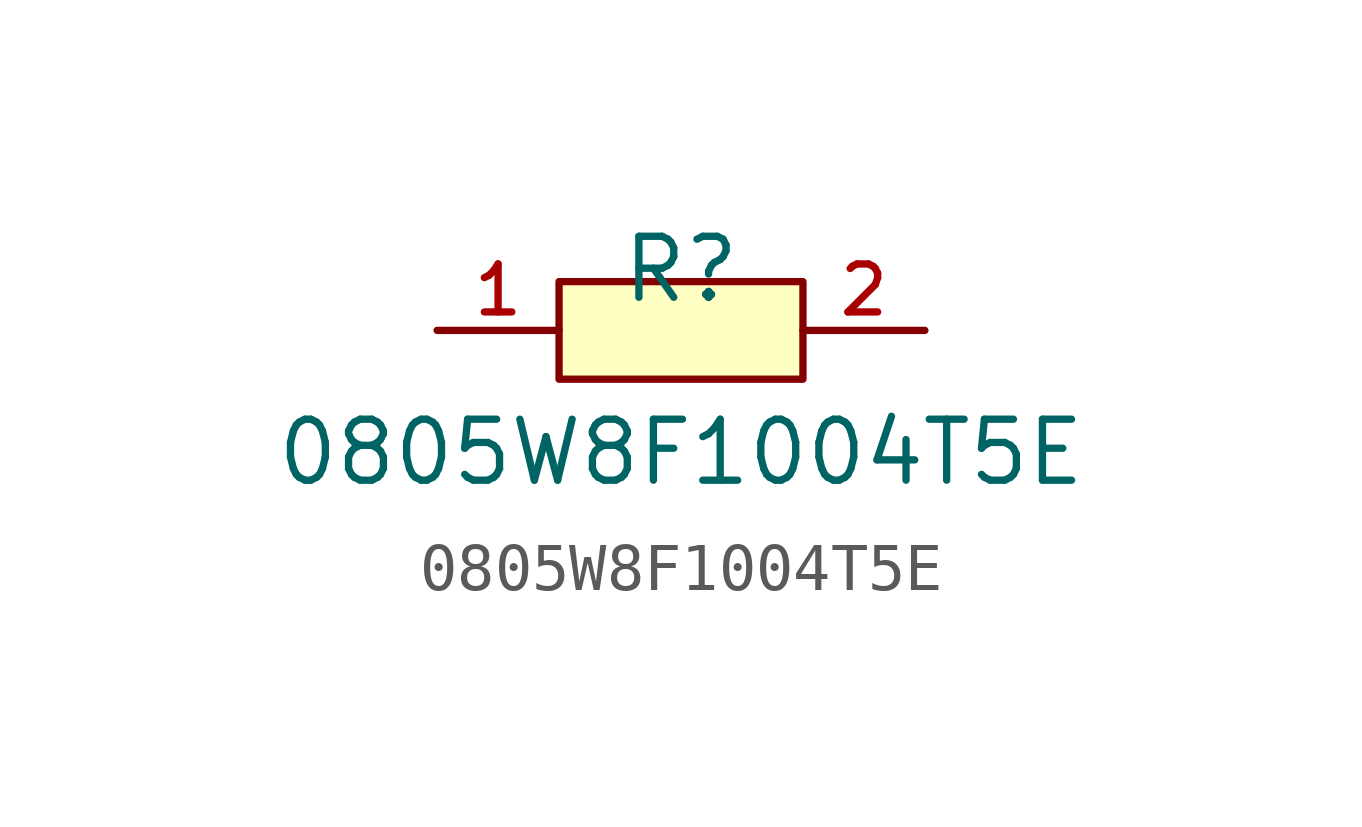
<source format=kicad_sym>
(kicad_symbol_lib
  (version 20210201)
  (generator TousstNicolas/JLC2KiCad_lib)
  (symbol "0805W8F1004T5E"
    (pin_names hide)
    (property "Reference" "R"
      (at 0 1.27 0)
      (effects (font (size 1.27 1.27))))
    (property "Value" "0805W8F1004T5E"
      (at 0 -2.54 0)
      (effects (font (size 1.27 1.27))))
    (symbol "0805W8F1004T5E_0_1"
      (pin input line (at 5.08 -0.0 180) (length 2.54) (name "2" (effects (font (size 1 1)))) (number "2" (effects (font (size 1 1)))))
      (pin input line (at -5.08 -0.0 0) (length 2.54) (name "1" (effects (font (size 1 1)))) (number "1" (effects (font (size 1 1)))))
      (rectangle (start -2.54 1.016) (end 2.54 -1.016) (stroke (width 0) (type default) (color 0 0 0 0)) (fill (type background))))))
</source>
